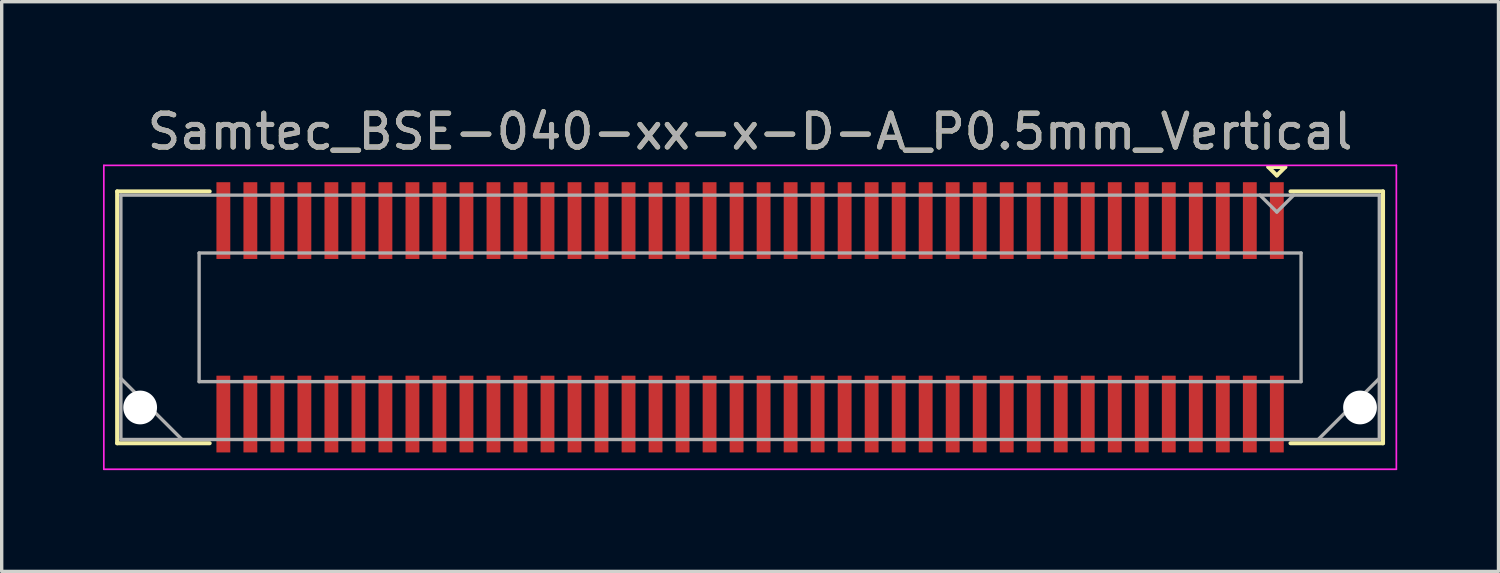
<source format=kicad_pcb>
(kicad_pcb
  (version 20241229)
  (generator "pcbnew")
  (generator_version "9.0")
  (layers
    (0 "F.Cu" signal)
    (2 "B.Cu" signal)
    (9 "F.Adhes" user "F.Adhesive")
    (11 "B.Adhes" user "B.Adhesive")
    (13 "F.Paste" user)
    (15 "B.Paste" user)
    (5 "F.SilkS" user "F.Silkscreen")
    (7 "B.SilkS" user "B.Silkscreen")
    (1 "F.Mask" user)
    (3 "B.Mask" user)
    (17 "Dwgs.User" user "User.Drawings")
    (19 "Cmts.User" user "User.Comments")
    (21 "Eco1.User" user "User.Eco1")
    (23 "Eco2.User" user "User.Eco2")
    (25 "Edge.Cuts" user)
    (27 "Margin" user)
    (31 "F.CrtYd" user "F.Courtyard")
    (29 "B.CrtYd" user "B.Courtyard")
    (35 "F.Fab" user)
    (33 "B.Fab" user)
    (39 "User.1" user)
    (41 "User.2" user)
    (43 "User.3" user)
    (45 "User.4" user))
  (footprint "Samtec_BSE-040-xx-x-D-A_P0.5mm_Vertical"
    (layer "F.Cu")
    (at 19.165 6.348)
    (property "Reference" "Samtec_BSE-040-xx-x-D-A_P0.5mm_Vertical" (at 0 -5.5 0) (layer "F.SilkS") (effects (font (size 1 1) (thickness 0.15))))
    (attr smd)
    (fp_line (start -18.745 -3.729) (end -16.005 -3.729) (stroke (width 0.12) (type solid)) (layer "F.SilkS"))
    (fp_line (start -18.745 3.729) (end -18.745 -3.729) (stroke (width 0.12) (type solid)) (layer "F.SilkS"))
    (fp_line (start -16.005 3.729) (end -18.745 3.729) (stroke (width 0.12) (type solid)) (layer "F.SilkS"))
    (fp_line (start 15.35 -4.452) (end 15.85 -4.452) (stroke (width 0.12) (type solid)) (layer "F.SilkS"))
    (fp_line (start 15.6 -4.202) (end 15.35 -4.452) (stroke (width 0.12) (type solid)) (layer "F.SilkS"))
    (fp_line (start 15.85 -4.452) (end 15.6 -4.202) (stroke (width 0.12) (type solid)) (layer "F.SilkS"))
    (fp_line (start 16.005 3.729) (end 18.745 3.729) (stroke (width 0.12) (type solid)) (layer "F.SilkS"))
    (fp_line (start 18.745 -3.729) (end 16.005 -3.729) (stroke (width 0.12) (type solid)) (layer "F.SilkS"))
    (fp_line (start 18.745 3.729) (end 18.745 -3.729) (stroke (width 0.12) (type solid)) (layer "F.SilkS"))
    (fp_line (start -19.14 -4.5) (end -19.14 4.5) (stroke (width 0.05) (type solid)) (layer "F.CrtYd"))
    (fp_line (start -19.14 4.5) (end 19.14 4.5) (stroke (width 0.05) (type solid)) (layer "F.CrtYd"))
    (fp_line (start 19.14 -4.5) (end -19.14 -4.5) (stroke (width 0.05) (type solid)) (layer "F.CrtYd"))
    (fp_line (start 19.14 4.5) (end 19.14 -4.5) (stroke (width 0.05) (type solid)) (layer "F.CrtYd"))
    (fp_line (start -18.635 -3.619) (end -18.635 3.619) (stroke (width 0.1) (type solid)) (layer "F.Fab"))
    (fp_line (start -18.635 1.81) (end -16.825 3.619) (stroke (width 0.1) (type solid)) (layer "F.Fab"))
    (fp_line (start -18.635 3.619) (end 18.635 3.619) (stroke (width 0.1) (type solid)) (layer "F.Fab"))
    (fp_line (start -16.318 -1.905) (end -16.318 1.905) (stroke (width 0.1) (type solid)) (layer "F.Fab"))
    (fp_line (start -16.318 1.905) (end 16.318 1.905) (stroke (width 0.1) (type solid)) (layer "F.Fab"))
    (fp_line (start 15.6 -3.119) (end 15.1 -3.619) (stroke (width 0.1) (type solid)) (layer "F.Fab"))
    (fp_line (start 16.1 -3.619) (end 15.6 -3.119) (stroke (width 0.1) (type solid)) (layer "F.Fab"))
    (fp_line (start 16.318 -1.905) (end -16.318 -1.905) (stroke (width 0.1) (type solid)) (layer "F.Fab"))
    (fp_line (start 16.318 1.905) (end 16.318 -1.905) (stroke (width 0.1) (type solid)) (layer "F.Fab"))
    (fp_line (start 18.635 -3.619) (end -18.635 -3.619) (stroke (width 0.1) (type solid)) (layer "F.Fab"))
    (fp_line (start 18.635 1.81) (end 16.825 3.619) (stroke (width 0.1) (type solid)) (layer "F.Fab"))
    (fp_line (start 18.635 3.619) (end 18.635 -3.619) (stroke (width 0.1) (type solid)) (layer "F.Fab"))
    (fp_text user "${REFERENCE}" (at 0 -5.5 0) (layer "F.Fab") (effects (font (size 1 1) (thickness 0.15))))
    (pad "" np_thru_hole circle (at -18.064 2.67) (size 1 1) (drill 1) (layers "*.Cu" "*.Mask"))
    (pad "" np_thru_hole circle (at 18.064 2.67) (size 1 1) (drill 1) (layers "*.Cu" "*.Mask"))
    (pad "1" smd rect (at 15.6 -2.865) (size 0.41 2.273) (layers "F.Cu" "F.Mask" "F.Paste"))
    (pad "2" smd rect (at 15.6 2.865) (size 0.41 2.273) (layers "F.Cu" "F.Mask" "F.Paste"))
    (pad "3" smd rect (at 14.8 -2.865) (size 0.41 2.273) (layers "F.Cu" "F.Mask" "F.Paste"))
    (pad "4" smd rect (at 14.8 2.865) (size 0.41 2.273) (layers "F.Cu" "F.Mask" "F.Paste"))
    (pad "5" smd rect (at 14 -2.865) (size 0.41 2.273) (layers "F.Cu" "F.Mask" "F.Paste"))
    (pad "6" smd rect (at 14 2.865) (size 0.41 2.273) (layers "F.Cu" "F.Mask" "F.Paste"))
    (pad "7" smd rect (at 13.2 -2.865) (size 0.41 2.273) (layers "F.Cu" "F.Mask" "F.Paste"))
    (pad "8" smd rect (at 13.2 2.865) (size 0.41 2.273) (layers "F.Cu" "F.Mask" "F.Paste"))
    (pad "9" smd rect (at 12.4 -2.865) (size 0.41 2.273) (layers "F.Cu" "F.Mask" "F.Paste"))
    (pad "10" smd rect (at 12.4 2.865) (size 0.41 2.273) (layers "F.Cu" "F.Mask" "F.Paste"))
    (pad "11" smd rect (at 11.6 -2.865) (size 0.41 2.273) (layers "F.Cu" "F.Mask" "F.Paste"))
    (pad "12" smd rect (at 11.6 2.865) (size 0.41 2.273) (layers "F.Cu" "F.Mask" "F.Paste"))
    (pad "13" smd rect (at 10.8 -2.865) (size 0.41 2.273) (layers "F.Cu" "F.Mask" "F.Paste"))
    (pad "14" smd rect (at 10.8 2.865) (size 0.41 2.273) (layers "F.Cu" "F.Mask" "F.Paste"))
    (pad "15" smd rect (at 10 -2.865) (size 0.41 2.273) (layers "F.Cu" "F.Mask" "F.Paste"))
    (pad "16" smd rect (at 10 2.865) (size 0.41 2.273) (layers "F.Cu" "F.Mask" "F.Paste"))
    (pad "17" smd rect (at 9.2 -2.865) (size 0.41 2.273) (layers "F.Cu" "F.Mask" "F.Paste"))
    (pad "18" smd rect (at 9.2 2.865) (size 0.41 2.273) (layers "F.Cu" "F.Mask" "F.Paste"))
    (pad "19" smd rect (at 8.4 -2.865) (size 0.41 2.273) (layers "F.Cu" "F.Mask" "F.Paste"))
    (pad "20" smd rect (at 8.4 2.865) (size 0.41 2.273) (layers "F.Cu" "F.Mask" "F.Paste"))
    (pad "21" smd rect (at 7.6 -2.865) (size 0.41 2.273) (layers "F.Cu" "F.Mask" "F.Paste"))
    (pad "22" smd rect (at 7.6 2.865) (size 0.41 2.273) (layers "F.Cu" "F.Mask" "F.Paste"))
    (pad "23" smd rect (at 6.8 -2.865) (size 0.41 2.273) (layers "F.Cu" "F.Mask" "F.Paste"))
    (pad "24" smd rect (at 6.8 2.865) (size 0.41 2.273) (layers "F.Cu" "F.Mask" "F.Paste"))
    (pad "25" smd rect (at 6 -2.865) (size 0.41 2.273) (layers "F.Cu" "F.Mask" "F.Paste"))
    (pad "26" smd rect (at 6 2.865) (size 0.41 2.273) (layers "F.Cu" "F.Mask" "F.Paste"))
    (pad "27" smd rect (at 5.2 -2.865) (size 0.41 2.273) (layers "F.Cu" "F.Mask" "F.Paste"))
    (pad "28" smd rect (at 5.2 2.865) (size 0.41 2.273) (layers "F.Cu" "F.Mask" "F.Paste"))
    (pad "29" smd rect (at 4.4 -2.865) (size 0.41 2.273) (layers "F.Cu" "F.Mask" "F.Paste"))
    (pad "30" smd rect (at 4.4 2.865) (size 0.41 2.273) (layers "F.Cu" "F.Mask" "F.Paste"))
    (pad "31" smd rect (at 3.6 -2.865) (size 0.41 2.273) (layers "F.Cu" "F.Mask" "F.Paste"))
    (pad "32" smd rect (at 3.6 2.865) (size 0.41 2.273) (layers "F.Cu" "F.Mask" "F.Paste"))
    (pad "33" smd rect (at 2.8 -2.865) (size 0.41 2.273) (layers "F.Cu" "F.Mask" "F.Paste"))
    (pad "34" smd rect (at 2.8 2.865) (size 0.41 2.273) (layers "F.Cu" "F.Mask" "F.Paste"))
    (pad "35" smd rect (at 2 -2.865) (size 0.41 2.273) (layers "F.Cu" "F.Mask" "F.Paste"))
    (pad "36" smd rect (at 2 2.865) (size 0.41 2.273) (layers "F.Cu" "F.Mask" "F.Paste"))
    (pad "37" smd rect (at 1.2 -2.865) (size 0.41 2.273) (layers "F.Cu" "F.Mask" "F.Paste"))
    (pad "38" smd rect (at 1.2 2.865) (size 0.41 2.273) (layers "F.Cu" "F.Mask" "F.Paste"))
    (pad "39" smd rect (at 0.4 -2.865) (size 0.41 2.273) (layers "F.Cu" "F.Mask" "F.Paste"))
    (pad "40" smd rect (at 0.4 2.865) (size 0.41 2.273) (layers "F.Cu" "F.Mask" "F.Paste"))
    (pad "41" smd rect (at -0.4 -2.865) (size 0.41 2.273) (layers "F.Cu" "F.Mask" "F.Paste"))
    (pad "42" smd rect (at -0.4 2.865) (size 0.41 2.273) (layers "F.Cu" "F.Mask" "F.Paste"))
    (pad "43" smd rect (at -1.2 -2.865) (size 0.41 2.273) (layers "F.Cu" "F.Mask" "F.Paste"))
    (pad "44" smd rect (at -1.2 2.865) (size 0.41 2.273) (layers "F.Cu" "F.Mask" "F.Paste"))
    (pad "45" smd rect (at -2 -2.865) (size 0.41 2.273) (layers "F.Cu" "F.Mask" "F.Paste"))
    (pad "46" smd rect (at -2 2.865) (size 0.41 2.273) (layers "F.Cu" "F.Mask" "F.Paste"))
    (pad "47" smd rect (at -2.8 -2.865) (size 0.41 2.273) (layers "F.Cu" "F.Mask" "F.Paste"))
    (pad "48" smd rect (at -2.8 2.865) (size 0.41 2.273) (layers "F.Cu" "F.Mask" "F.Paste"))
    (pad "49" smd rect (at -3.6 -2.865) (size 0.41 2.273) (layers "F.Cu" "F.Mask" "F.Paste"))
    (pad "50" smd rect (at -3.6 2.865) (size 0.41 2.273) (layers "F.Cu" "F.Mask" "F.Paste"))
    (pad "51" smd rect (at -4.4 -2.865) (size 0.41 2.273) (layers "F.Cu" "F.Mask" "F.Paste"))
    (pad "52" smd rect (at -4.4 2.865) (size 0.41 2.273) (layers "F.Cu" "F.Mask" "F.Paste"))
    (pad "53" smd rect (at -5.2 -2.865) (size 0.41 2.273) (layers "F.Cu" "F.Mask" "F.Paste"))
    (pad "54" smd rect (at -5.2 2.865) (size 0.41 2.273) (layers "F.Cu" "F.Mask" "F.Paste"))
    (pad "55" smd rect (at -6 -2.865) (size 0.41 2.273) (layers "F.Cu" "F.Mask" "F.Paste"))
    (pad "56" smd rect (at -6 2.865) (size 0.41 2.273) (layers "F.Cu" "F.Mask" "F.Paste"))
    (pad "57" smd rect (at -6.8 -2.865) (size 0.41 2.273) (layers "F.Cu" "F.Mask" "F.Paste"))
    (pad "58" smd rect (at -6.8 2.865) (size 0.41 2.273) (layers "F.Cu" "F.Mask" "F.Paste"))
    (pad "59" smd rect (at -7.6 -2.865) (size 0.41 2.273) (layers "F.Cu" "F.Mask" "F.Paste"))
    (pad "60" smd rect (at -7.6 2.865) (size 0.41 2.273) (layers "F.Cu" "F.Mask" "F.Paste"))
    (pad "61" smd rect (at -8.4 -2.865) (size 0.41 2.273) (layers "F.Cu" "F.Mask" "F.Paste"))
    (pad "62" smd rect (at -8.4 2.865) (size 0.41 2.273) (layers "F.Cu" "F.Mask" "F.Paste"))
    (pad "63" smd rect (at -9.2 -2.865) (size 0.41 2.273) (layers "F.Cu" "F.Mask" "F.Paste"))
    (pad "64" smd rect (at -9.2 2.865) (size 0.41 2.273) (layers "F.Cu" "F.Mask" "F.Paste"))
    (pad "65" smd rect (at -10 -2.865) (size 0.41 2.273) (layers "F.Cu" "F.Mask" "F.Paste"))
    (pad "66" smd rect (at -10 2.865) (size 0.41 2.273) (layers "F.Cu" "F.Mask" "F.Paste"))
    (pad "67" smd rect (at -10.8 -2.865) (size 0.41 2.273) (layers "F.Cu" "F.Mask" "F.Paste"))
    (pad "68" smd rect (at -10.8 2.865) (size 0.41 2.273) (layers "F.Cu" "F.Mask" "F.Paste"))
    (pad "69" smd rect (at -11.6 -2.865) (size 0.41 2.273) (layers "F.Cu" "F.Mask" "F.Paste"))
    (pad "70" smd rect (at -11.6 2.865) (size 0.41 2.273) (layers "F.Cu" "F.Mask" "F.Paste"))
    (pad "71" smd rect (at -12.4 -2.865) (size 0.41 2.273) (layers "F.Cu" "F.Mask" "F.Paste"))
    (pad "72" smd rect (at -12.4 2.865) (size 0.41 2.273) (layers "F.Cu" "F.Mask" "F.Paste"))
    (pad "73" smd rect (at -13.2 -2.865) (size 0.41 2.273) (layers "F.Cu" "F.Mask" "F.Paste"))
    (pad "74" smd rect (at -13.2 2.865) (size 0.41 2.273) (layers "F.Cu" "F.Mask" "F.Paste"))
    (pad "75" smd rect (at -14 -2.865) (size 0.41 2.273) (layers "F.Cu" "F.Mask" "F.Paste"))
    (pad "76" smd rect (at -14 2.865) (size 0.41 2.273) (layers "F.Cu" "F.Mask" "F.Paste"))
    (pad "77" smd rect (at -14.8 -2.865) (size 0.41 2.273) (layers "F.Cu" "F.Mask" "F.Paste"))
    (pad "78" smd rect (at -14.8 2.865) (size 0.41 2.273) (layers "F.Cu" "F.Mask" "F.Paste"))
    (pad "79" smd rect (at -15.6 -2.865) (size 0.41 2.273) (layers "F.Cu" "F.Mask" "F.Paste"))
    (pad "80" smd rect (at -15.6 2.865) (size 0.41 2.273) (layers "F.Cu" "F.Mask" "F.Paste")))
  (gr_rect
    (start -3 -3)
    (end 41.33 13.873)
    (stroke (width 0.1) (type default))
    (fill no)
    (layer "Edge.Cuts")))
</source>
